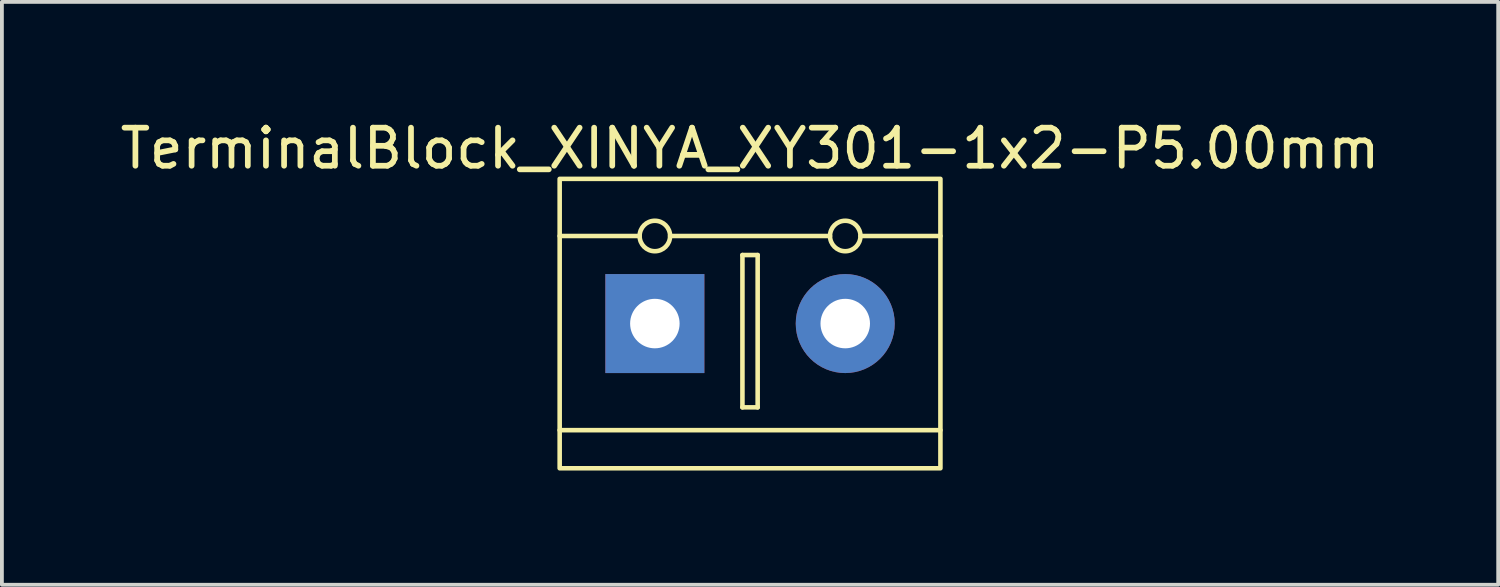
<source format=kicad_pcb>
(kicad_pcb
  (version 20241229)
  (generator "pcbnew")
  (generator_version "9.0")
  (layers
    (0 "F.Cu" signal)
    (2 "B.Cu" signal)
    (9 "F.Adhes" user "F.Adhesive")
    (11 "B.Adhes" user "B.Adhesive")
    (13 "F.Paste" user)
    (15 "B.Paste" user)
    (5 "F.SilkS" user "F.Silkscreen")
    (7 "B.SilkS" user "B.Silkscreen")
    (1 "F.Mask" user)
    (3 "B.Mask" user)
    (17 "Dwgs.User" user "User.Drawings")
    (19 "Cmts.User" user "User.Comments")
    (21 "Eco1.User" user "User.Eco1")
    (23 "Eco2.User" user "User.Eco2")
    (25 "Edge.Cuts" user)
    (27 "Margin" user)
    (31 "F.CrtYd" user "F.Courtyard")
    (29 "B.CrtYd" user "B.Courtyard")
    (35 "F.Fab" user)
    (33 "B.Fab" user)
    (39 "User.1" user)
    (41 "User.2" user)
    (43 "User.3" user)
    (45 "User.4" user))
  (footprint "TerminalBlock_XINYA_XY301-1x2-P5.00mm"
    (layer "F.Cu")
    (at 11.649 1.648)
    (property "Reference" "TerminalBlock_XINYA_XY301-1x2-P5.00mm" (at 5 -0.8 0) (unlocked yes) (layer "F.SilkS") (effects (font (size 1 1) (thickness 0.15))))
    (attr through_hole)
    (fp_line (start 2.1 1.5) (end 0 1.5) (stroke (width 0.12) (type solid)) (layer "F.SilkS"))
    (fp_line (start 4.8 2) (end 5.2 2) (stroke (width 0.12) (type solid)) (layer "F.SilkS"))
    (fp_line (start 4.8 6) (end 4.8 2) (stroke (width 0.12) (type solid)) (layer "F.SilkS"))
    (fp_line (start 5.2 2) (end 5.2 6) (stroke (width 0.12) (type solid)) (layer "F.SilkS"))
    (fp_line (start 5.2 6) (end 4.8 6) (stroke (width 0.12) (type solid)) (layer "F.SilkS"))
    (fp_line (start 7.1 1.5) (end 2.9 1.5) (stroke (width 0.12) (type solid)) (layer "F.SilkS"))
    (fp_line (start 10 1.5) (end 7.9 1.5) (stroke (width 0.12) (type solid)) (layer "F.SilkS"))
    (fp_line (start 10 6.6) (end 0 6.6) (stroke (width 0.12) (type solid)) (layer "F.SilkS"))
    (fp_rect (start 0 0) (end 10 7.6) (stroke (width 0.12) (type solid)) (fill no) (layer "F.SilkS"))
    (fp_circle (center 2.5 1.5) (end 2.5 1.9) (stroke (width 0.12) (type solid)) (fill no) (layer "F.SilkS"))
    (fp_circle (center 7.5 1.5) (end 7.5 1.9) (stroke (width 0.12) (type solid)) (fill no) (layer "F.SilkS"))
    (pad "1" thru_hole rect (at 2.5 3.8) (size 2.6 2.6) (drill 1.3) (layers "*.Cu" "*.Mask"))
    (pad "2" thru_hole circle (at 7.5 3.8) (size 2.6 2.6) (drill 1.3) (layers "*.Cu" "*.Mask")))
  (gr_rect
    (start -3 -3)
    (end 36.298 12.308)
    (stroke (width 0.1) (type default))
    (fill no)
    (layer "Edge.Cuts")))
</source>
